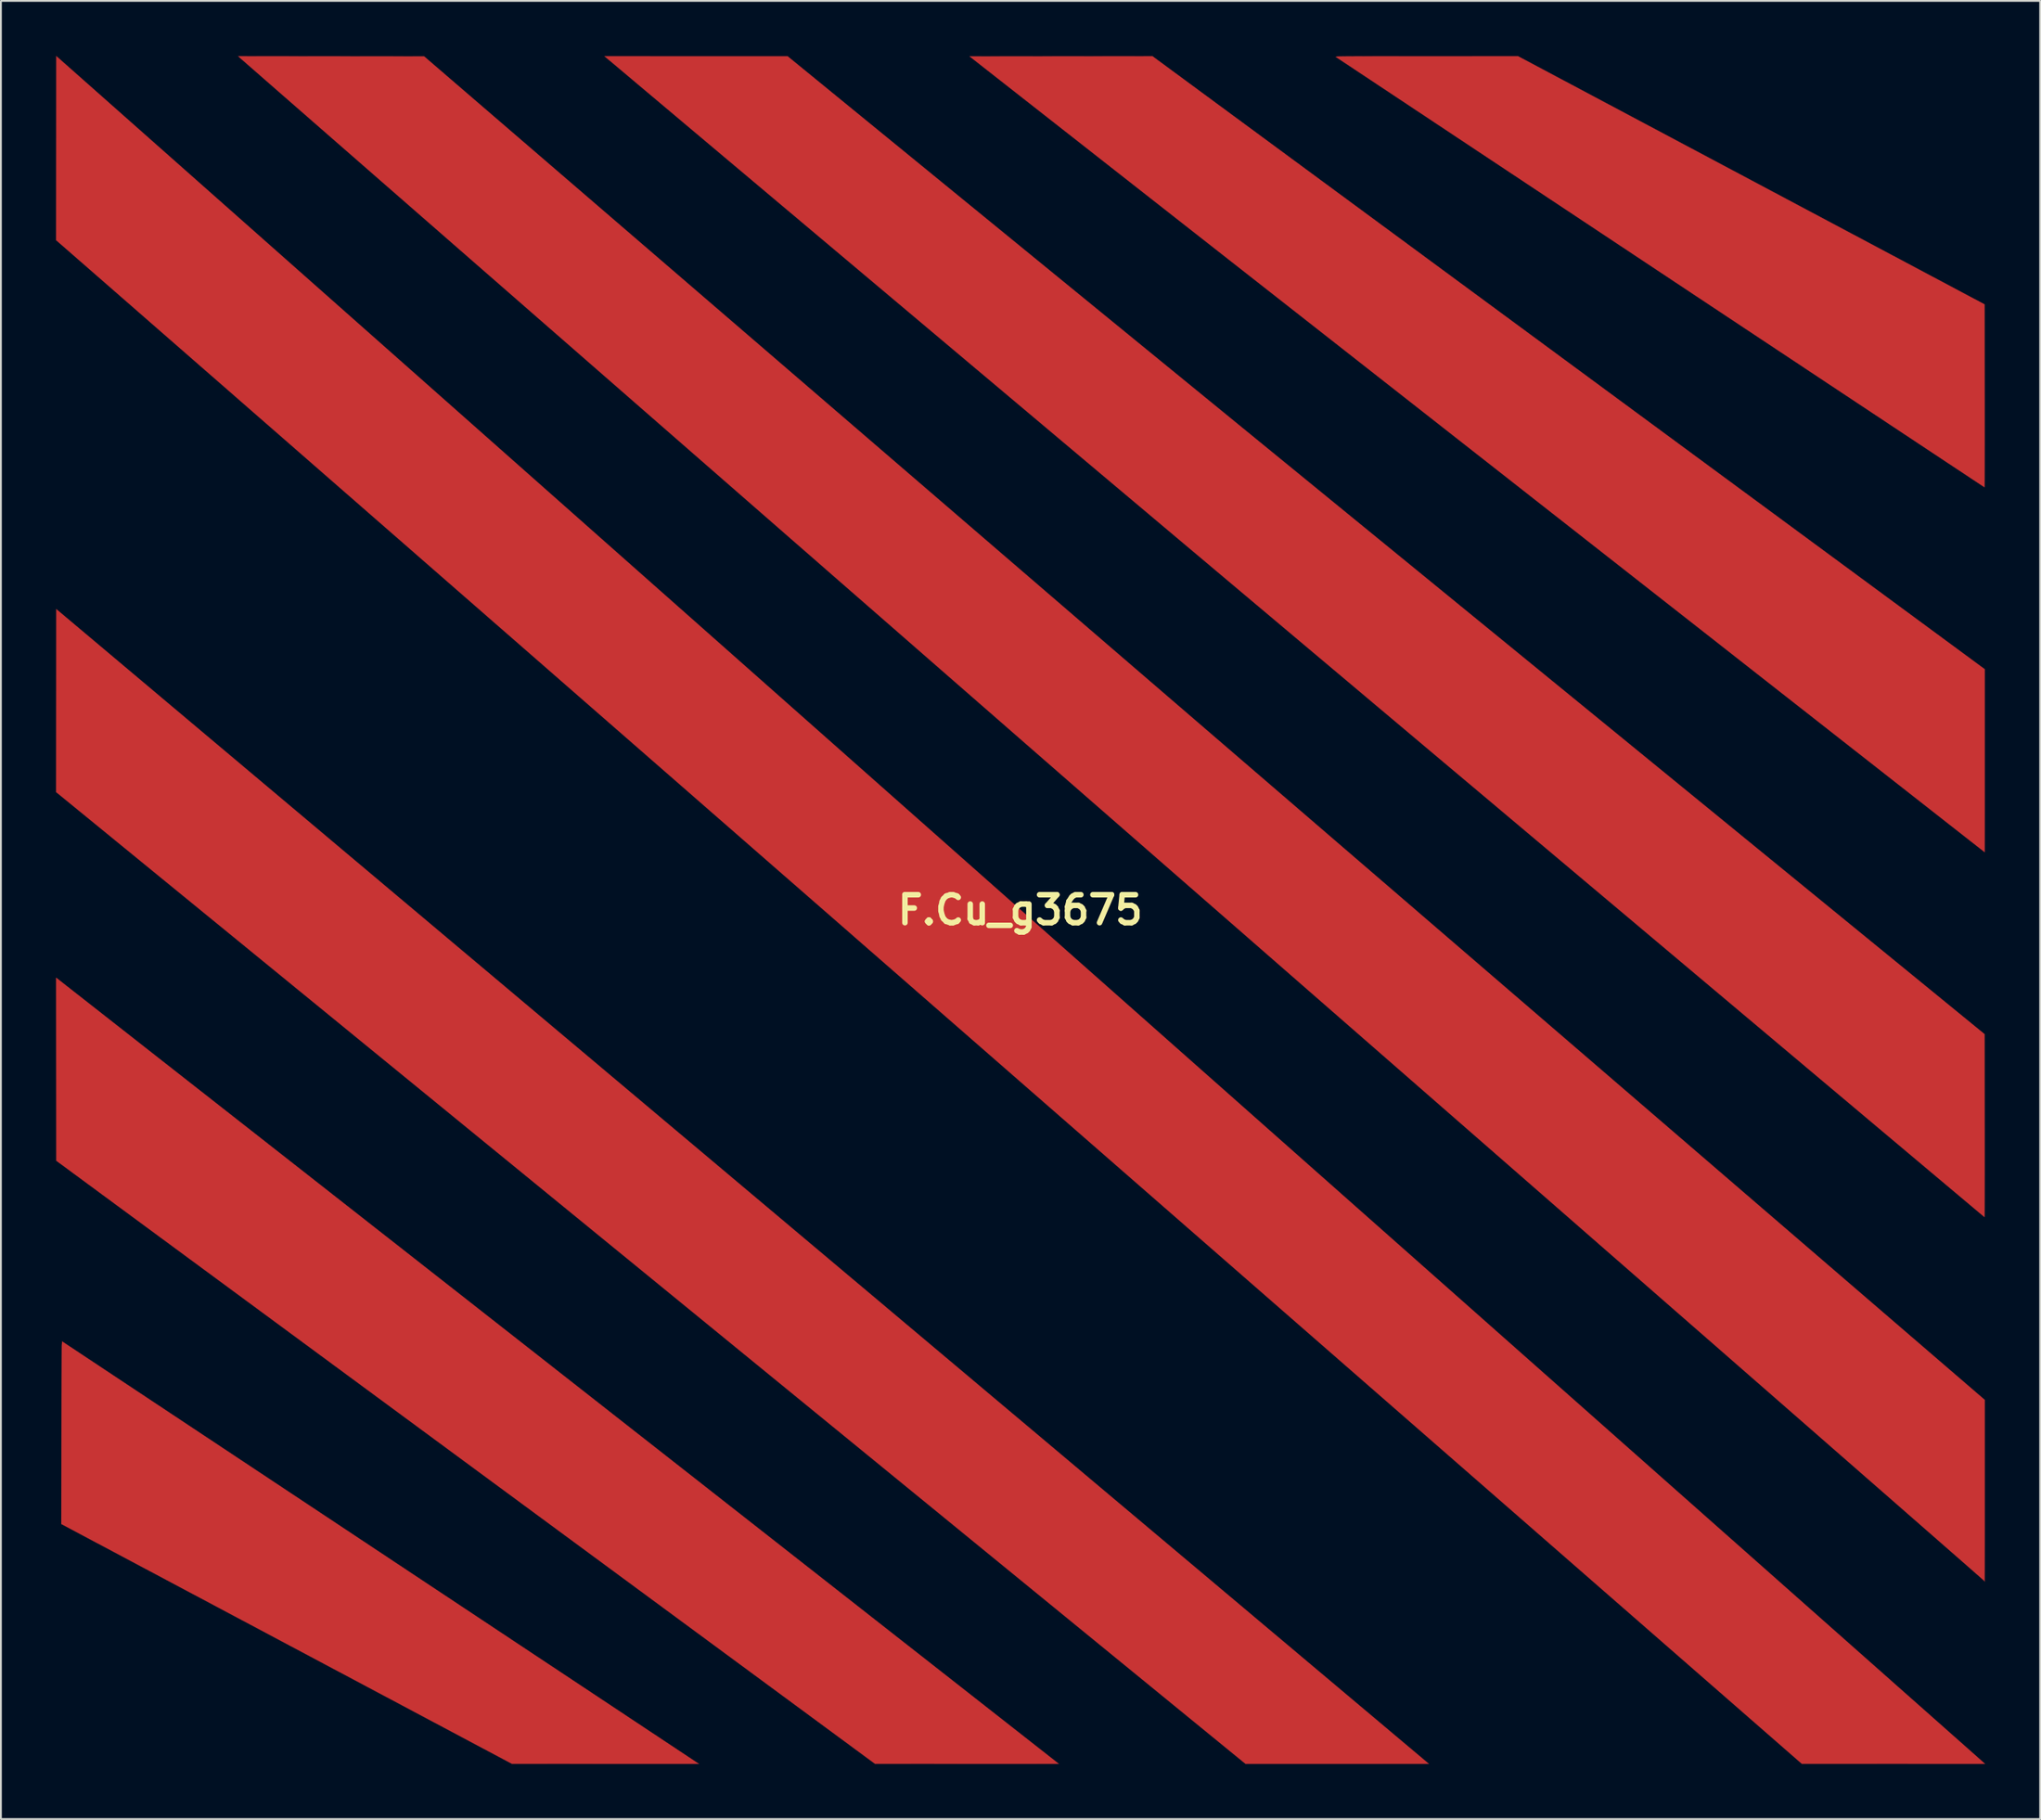
<source format=kicad_pcb>
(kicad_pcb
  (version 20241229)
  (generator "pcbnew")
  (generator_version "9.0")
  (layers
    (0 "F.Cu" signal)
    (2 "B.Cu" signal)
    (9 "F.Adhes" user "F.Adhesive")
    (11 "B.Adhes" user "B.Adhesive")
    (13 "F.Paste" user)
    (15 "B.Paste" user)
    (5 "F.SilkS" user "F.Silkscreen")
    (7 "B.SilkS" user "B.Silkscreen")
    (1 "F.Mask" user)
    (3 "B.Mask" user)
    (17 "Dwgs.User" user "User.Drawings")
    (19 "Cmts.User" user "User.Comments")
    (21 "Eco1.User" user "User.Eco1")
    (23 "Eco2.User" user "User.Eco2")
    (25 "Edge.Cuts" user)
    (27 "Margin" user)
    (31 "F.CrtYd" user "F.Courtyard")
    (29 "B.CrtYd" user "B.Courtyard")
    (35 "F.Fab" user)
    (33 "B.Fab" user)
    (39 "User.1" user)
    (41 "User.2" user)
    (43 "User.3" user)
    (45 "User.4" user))
  (footprint "F.Cu_g3675"
    (layer "F.Cu")
    (at 52.498 46.515)
    (property "Reference" "F.Cu_g3675" (at 0 0 0) (layer "F.SilkS") (effects (font (size 1.524 1.524) (thickness 0.3))))
    (attr through_hole)
    (fp_poly (pts (xy -34.904 34.951) (xy -34.124 35.469) (xy -33.352 35.981) (xy -32.59 36.487) (xy -31.838 36.986) (xy -31.096 37.478) (xy -30.366 37.963) (xy -29.648 38.439) (xy -28.944 38.907) (xy -28.252 39.366) (xy -27.576 39.815) (xy -26.915 40.254) (xy -26.27 40.682) (xy -25.641 41.099) (xy -25.03 41.504) (xy -24.438 41.897) (xy -23.864 42.278) (xy -23.311 42.645) (xy -22.778 42.999) (xy -22.266 43.338) (xy -21.777 43.663) (xy -21.31 43.973) (xy -20.867 44.267) (xy -20.448 44.545) (xy -20.055 44.806) (xy -19.687 45.05) (xy -19.346 45.276) (xy -19.033 45.484) (xy -18.748 45.673) (xy -18.491 45.843) (xy -18.265 45.993) (xy -18.069 46.124) (xy -17.904 46.233) (xy -17.771 46.321) (xy -17.67 46.388) (xy -17.604 46.432) (xy -17.571 46.453) (xy -17.568 46.455) (xy -17.494 46.502) (xy -22.585 46.501) (xy -27.675 46.499) (xy -39.943 39.969) (xy -52.211 33.439) (xy -52.202 28.684) (xy -52.201 28.235) (xy -52.2 27.796) (xy -52.199 27.368) (xy -52.198 26.954) (xy -52.197 26.556) (xy -52.195 26.175) (xy -52.194 25.814) (xy -52.193 25.474) (xy -52.191 25.158) (xy -52.19 24.868) (xy -52.188 24.605) (xy -52.187 24.372) (xy -52.185 24.17) (xy -52.184 24.002) (xy -52.182 23.87) (xy -52.181 23.776) (xy -52.18 23.721) (xy -52.179 23.712) (xy -52.165 23.495) (xy -34.904 34.951)) (stroke (width 0.01) (type solid)) (fill yes) (layer "F.Cu"))
    (fp_poly (pts (xy 29.857 -29.81) (xy 52.514 -13.117) (xy 52.514 -8.136) (xy 52.514 -7.68) (xy 52.514 -7.235) (xy 52.514 -6.803) (xy 52.514 -6.386) (xy 52.514 -5.986) (xy 52.514 -5.605) (xy 52.514 -5.244) (xy 52.513 -4.905) (xy 52.513 -4.591) (xy 52.513 -4.302) (xy 52.512 -4.042) (xy 52.512 -3.811) (xy 52.511 -3.612) (xy 52.511 -3.446) (xy 52.511 -3.316) (xy 52.51 -3.223) (xy 52.51 -3.168) (xy 52.509 -3.154) (xy 52.492 -3.167) (xy 52.443 -3.206) (xy 52.361 -3.27) (xy 52.248 -3.358) (xy 52.103 -3.472) (xy 51.928 -3.609) (xy 51.723 -3.769) (xy 51.489 -3.953) (xy 51.225 -4.16) (xy 50.933 -4.389) (xy 50.613 -4.639) (xy 50.266 -4.911) (xy 49.893 -5.204) (xy 49.493 -5.518) (xy 49.067 -5.852) (xy 48.616 -6.205) (xy 48.141 -6.578) (xy 47.642 -6.969) (xy 47.119 -7.379) (xy 46.574 -7.807) (xy 46.006 -8.252) (xy 45.416 -8.714) (xy 44.805 -9.193) (xy 44.173 -9.689) (xy 43.521 -10.2) (xy 42.85 -10.727) (xy 42.159 -11.268) (xy 41.45 -11.824) (xy 40.723 -12.394) (xy 39.978 -12.978) (xy 39.217 -13.575) (xy 38.439 -14.185) (xy 37.646 -14.808) (xy 36.837 -15.442) (xy 36.013 -16.088) (xy 35.176 -16.744) (xy 34.325 -17.412) (xy 33.46 -18.09) (xy 32.584 -18.777) (xy 31.695 -19.474) (xy 30.795 -20.18) (xy 29.884 -20.895) (xy 28.962 -21.617) (xy 28.031 -22.347) (xy 27.091 -23.085) (xy 26.142 -23.829) (xy 25.185 -24.58) (xy 24.874 -24.823) (xy -2.755 -46.493) (xy 2.222 -46.498) (xy 7.199 -46.503) (xy 29.857 -29.81)) (stroke (width 0.01) (type solid)) (fill yes) (layer "F.Cu"))
    (fp_poly (pts (xy -52.054 4.028) (xy -52.022 4.054) (xy -51.957 4.105) (xy -51.86 4.181) (xy -51.731 4.282) (xy -51.572 4.407) (xy -51.382 4.556) (xy -51.161 4.729) (xy -50.912 4.924) (xy -50.634 5.142) (xy -50.327 5.383) (xy -49.993 5.645) (xy -49.632 5.928) (xy -49.245 6.232) (xy -48.831 6.556) (xy -48.393 6.9) (xy -47.929 7.264) (xy -47.441 7.647) (xy -46.93 8.048) (xy -46.395 8.467) (xy -45.838 8.904) (xy -45.259 9.358) (xy -44.658 9.829) (xy -44.037 10.316) (xy -43.396 10.819) (xy -42.734 11.338) (xy -42.054 11.871) (xy -41.355 12.419) (xy -40.639 12.981) (xy -39.904 13.557) (xy -39.153 14.146) (xy -38.386 14.748) (xy -37.603 15.362) (xy -36.805 15.988) (xy -35.992 16.625) (xy -35.166 17.274) (xy -34.325 17.932) (xy -33.472 18.601) (xy -32.607 19.28) (xy -31.73 19.968) (xy -30.842 20.664) (xy -29.943 21.369) (xy -29.035 22.082) (xy -28.116 22.802) (xy -27.189 23.529) (xy -26.254 24.262) (xy -25.311 25.002) (xy -24.818 25.389) (xy -23.873 26.13) (xy -22.935 26.865) (xy -22.007 27.594) (xy -21.087 28.315) (xy -20.176 29.029) (xy -19.276 29.735) (xy -18.387 30.432) (xy -17.508 31.121) (xy -16.642 31.801) (xy -15.788 32.471) (xy -14.947 33.13) (xy -14.119 33.78) (xy -13.305 34.418) (xy -12.506 35.045) (xy -11.722 35.66) (xy -10.954 36.262) (xy -10.202 36.852) (xy -9.466 37.429) (xy -8.748 37.992) (xy -8.048 38.541) (xy -7.367 39.075) (xy -6.705 39.595) (xy -6.062 40.099) (xy -5.439 40.587) (xy -4.837 41.059) (xy -4.256 41.515) (xy -3.697 41.953) (xy -3.161 42.374) (xy -2.647 42.777) (xy -2.157 43.161) (xy -1.691 43.527) (xy -1.25 43.873) (xy -0.834 44.199) (xy -0.443 44.506) (xy -0.079 44.791) (xy 0.258 45.056) (xy 0.568 45.299) (xy 0.85 45.52) (xy 1.103 45.719) (xy 1.328 45.895) (xy 1.522 46.048) (xy 1.687 46.177) (xy 1.821 46.282) (xy 1.923 46.363) (xy 1.994 46.418) (xy 2.032 46.448) (xy 2.039 46.454) (xy 2.099 46.503) (xy -7.906 46.499) (xy -52.483 13.652) (xy -52.488 8.668) (xy -52.493 3.684) (xy -52.054 4.028)) (stroke (width 0.01) (type solid)) (fill yes) (layer "F.Cu"))
    (fp_poly (pts (xy 39.804 -39.745) (xy 52.504 -32.988) (xy 52.509 -28.009) (xy 52.51 -27.553) (xy 52.51 -27.108) (xy 52.51 -26.676) (xy 52.51 -26.26) (xy 52.51 -25.86) (xy 52.51 -25.478) (xy 52.509 -25.118) (xy 52.509 -24.779) (xy 52.508 -24.465) (xy 52.508 -24.177) (xy 52.507 -23.917) (xy 52.506 -23.686) (xy 52.505 -23.487) (xy 52.504 -23.322) (xy 52.503 -23.192) (xy 52.501 -23.098) (xy 52.5 -23.044) (xy 52.499 -23.03) (xy 52.48 -23.042) (xy 52.428 -23.077) (xy 52.341 -23.134) (xy 52.222 -23.212) (xy 52.07 -23.313) (xy 51.886 -23.434) (xy 51.672 -23.576) (xy 51.428 -23.738) (xy 51.155 -23.919) (xy 50.853 -24.119) (xy 50.523 -24.337) (xy 50.166 -24.574) (xy 49.783 -24.828) (xy 49.374 -25.099) (xy 48.941 -25.386) (xy 48.483 -25.69) (xy 48.003 -26.008) (xy 47.499 -26.342) (xy 46.974 -26.691) (xy 46.428 -27.053) (xy 45.861 -27.429) (xy 45.275 -27.818) (xy 44.67 -28.219) (xy 44.047 -28.632) (xy 43.407 -29.057) (xy 42.75 -29.493) (xy 42.077 -29.94) (xy 41.389 -30.396) (xy 40.687 -30.862) (xy 39.971 -31.337) (xy 39.243 -31.82) (xy 38.502 -32.312) (xy 37.75 -32.811) (xy 36.987 -33.317) (xy 36.215 -33.83) (xy 35.433 -34.349) (xy 34.859 -34.73) (xy 34.071 -35.253) (xy 33.292 -35.771) (xy 32.521 -36.282) (xy 31.761 -36.787) (xy 31.012 -37.284) (xy 30.274 -37.774) (xy 29.548 -38.256) (xy 28.835 -38.729) (xy 28.136 -39.193) (xy 27.452 -39.648) (xy 26.782 -40.092) (xy 26.129 -40.526) (xy 25.493 -40.948) (xy 24.873 -41.359) (xy 24.273 -41.758) (xy 23.691 -42.144) (xy 23.129 -42.518) (xy 22.587 -42.877) (xy 22.067 -43.223) (xy 21.568 -43.554) (xy 21.093 -43.87) (xy 20.64 -44.17) (xy 20.212 -44.454) (xy 19.809 -44.722) (xy 19.432 -44.972) (xy 19.081 -45.205) (xy 18.758 -45.42) (xy 18.462 -45.616) (xy 18.196 -45.793) (xy 17.958 -45.951) (xy 17.751 -46.088) (xy 17.575 -46.205) (xy 17.431 -46.301) (xy 17.319 -46.376) (xy 17.24 -46.428) (xy 17.196 -46.458) (xy 17.185 -46.465) (xy 17.181 -46.469) (xy 17.182 -46.473) (xy 17.189 -46.476) (xy 17.204 -46.479) (xy 17.229 -46.482) (xy 17.265 -46.484) (xy 17.313 -46.487) (xy 17.376 -46.489) (xy 17.454 -46.491) (xy 17.549 -46.492) (xy 17.664 -46.494) (xy 17.799 -46.495) (xy 17.956 -46.496) (xy 18.136 -46.497) (xy 18.341 -46.498) (xy 18.574 -46.499) (xy 18.834 -46.5) (xy 19.124 -46.5) (xy 19.446 -46.501) (xy 19.801 -46.501) (xy 20.19 -46.501) (xy 20.615 -46.502) (xy 21.078 -46.502) (xy 21.58 -46.502) (xy 22.119 -46.502) (xy 27.104 -46.503) (xy 39.804 -39.745)) (stroke (width 0.01) (type solid)) (fill yes) (layer "F.Cu"))
    (fp_poly (pts (xy -17.653 -46.502) (xy -12.668 -46.502) (xy 19.918 -19.872) (xy 52.504 6.759) (xy 52.509 11.74) (xy 52.51 12.196) (xy 52.51 12.641) (xy 52.51 13.073) (xy 52.51 13.49) (xy 52.51 13.89) (xy 52.51 14.271) (xy 52.509 14.632) (xy 52.509 14.97) (xy 52.508 15.284) (xy 52.508 15.573) (xy 52.507 15.833) (xy 52.506 16.064) (xy 52.505 16.263) (xy 52.504 16.428) (xy 52.503 16.559) (xy 52.501 16.652) (xy 52.5 16.706) (xy 52.499 16.72) (xy 52.482 16.707) (xy 52.434 16.666) (xy 52.354 16.599) (xy 52.243 16.506) (xy 52.101 16.387) (xy 51.929 16.243) (xy 51.728 16.074) (xy 51.497 15.88) (xy 51.238 15.662) (xy 50.95 15.42) (xy 50.634 15.155) (xy 50.291 14.866) (xy 49.921 14.555) (xy 49.524 14.221) (xy 49.102 13.866) (xy 48.653 13.489) (xy 48.18 13.091) (xy 47.682 12.672) (xy 47.159 12.232) (xy 46.613 11.773) (xy 46.043 11.294) (xy 45.451 10.795) (xy 44.836 10.278) (xy 44.199 9.742) (xy 43.54 9.188) (xy 42.86 8.616) (xy 42.16 8.026) (xy 41.439 7.42) (xy 40.699 6.797) (xy 39.939 6.158) (xy 39.16 5.503) (xy 38.363 4.832) (xy 37.548 4.147) (xy 36.716 3.446) (xy 35.866 2.731) (xy 35 2.002) (xy 34.118 1.26) (xy 33.22 0.504) (xy 32.307 -0.264) (xy 31.379 -1.045) (xy 30.436 -1.838) (xy 29.48 -2.643) (xy 28.51 -3.459) (xy 27.527 -4.286) (xy 26.532 -5.124) (xy 25.525 -5.972) (xy 24.506 -6.829) (xy 23.475 -7.696) (xy 22.434 -8.572) (xy 21.383 -9.457) (xy 20.322 -10.35) (xy 19.251 -11.251) (xy 18.172 -12.16) (xy 17.084 -13.076) (xy 15.988 -13.998) (xy 14.986 -14.841) (xy 13.883 -15.77) (xy 12.787 -16.692) (xy 11.7 -17.607) (xy 10.621 -18.515) (xy 9.551 -19.416) (xy 8.49 -20.308) (xy 7.439 -21.193) (xy 6.399 -22.069) (xy 5.369 -22.935) (xy 4.35 -23.793) (xy 3.344 -24.64) (xy 2.349 -25.477) (xy 1.367 -26.304) (xy 0.397 -27.12) (xy -0.558 -27.924) (xy -1.5 -28.717) (xy -2.428 -29.497) (xy -3.34 -30.265) (xy -4.237 -31.02) (xy -5.119 -31.762) (xy -5.984 -32.491) (xy -6.833 -33.205) (xy -7.665 -33.905) (xy -8.479 -34.59) (xy -9.275 -35.26) (xy -10.053 -35.915) (xy -10.812 -36.554) (xy -11.552 -37.176) (xy -12.271 -37.782) (xy -12.971 -38.37) (xy -13.65 -38.942) (xy -14.307 -39.495) (xy -14.943 -40.031) (xy -15.557 -40.547) (xy -16.149 -41.045) (xy -16.718 -41.524) (xy -17.263 -41.982) (xy -17.784 -42.421) (xy -18.281 -42.839) (xy -18.753 -43.237) (xy -19.2 -43.613) (xy -19.622 -43.968) (xy -20.017 -44.3) (xy -20.386 -44.611) (xy -20.728 -44.898) (xy -21.042 -45.163) (xy -21.328 -45.404) (xy -21.586 -45.621) (xy -21.815 -45.813) (xy -22.015 -45.982) (xy -22.185 -46.125) (xy -22.325 -46.242) (xy -22.435 -46.334) (xy -22.513 -46.4) (xy -22.56 -46.439) (xy -22.574 -46.452) (xy -22.638 -46.503) (xy -17.653 -46.502)) (stroke (width 0.01) (type solid)) (fill yes) (layer "F.Cu"))
    (fp_poly (pts (xy -0.138 -0.149) (xy 1.153 0.994) (xy 2.436 2.13) (xy 3.711 3.26) (xy 4.978 4.382) (xy 6.237 5.497) (xy 7.487 6.604) (xy 8.727 7.703) (xy 9.958 8.793) (xy 11.18 9.875) (xy 12.391 10.948) (xy 13.591 12.011) (xy 14.78 13.064) (xy 15.958 14.108) (xy 17.124 15.14) (xy 18.278 16.163) (xy 19.42 17.174) (xy 20.548 18.173) (xy 21.664 19.161) (xy 22.766 20.137) (xy 23.853 21.1) (xy 24.927 22.051) (xy 25.985 22.989) (xy 27.029 23.913) (xy 28.057 24.824) (xy 29.069 25.72) (xy 30.065 26.602) (xy 31.045 27.47) (xy 32.007 28.322) (xy 32.952 29.16) (xy 33.88 29.981) (xy 34.789 30.787) (xy 35.68 31.576) (xy 36.552 32.348) (xy 37.405 33.104) (xy 38.238 33.842) (xy 39.052 34.562) (xy 39.845 35.265) (xy 40.618 35.949) (xy 41.369 36.615) (xy 42.099 37.262) (xy 42.807 37.889) (xy 43.494 38.497) (xy 44.157 39.085) (xy 44.798 39.652) (xy 45.415 40.199) (xy 46.009 40.725) (xy 46.579 41.23) (xy 47.125 41.713) (xy 47.645 42.175) (xy 48.141 42.614) (xy 48.611 43.03) (xy 49.056 43.424) (xy 49.474 43.794) (xy 49.865 44.141) (xy 50.23 44.464) (xy 50.567 44.763) (xy 50.876 45.037) (xy 51.158 45.286) (xy 51.411 45.51) (xy 51.635 45.709) (xy 51.83 45.882) (xy 51.996 46.028) (xy 52.131 46.149) (xy 52.236 46.242) (xy 52.311 46.308) (xy 52.354 46.347) (xy 52.366 46.357) (xy 52.525 46.502) (xy 47.54 46.5) (xy 42.556 46.499) (xy -4.911 5.056) (xy -6.143 3.98) (xy -7.367 2.911) (xy -8.584 1.849) (xy -9.792 0.793) (xy -10.992 -0.254) (xy -12.183 -1.294) (xy -13.365 -2.325) (xy -14.536 -3.348) (xy -15.698 -4.363) (xy -16.849 -5.367) (xy -17.989 -6.363) (xy -19.117 -7.348) (xy -20.234 -8.323) (xy -21.339 -9.288) (xy -22.431 -10.241) (xy -23.51 -11.183) (xy -24.576 -12.114) (xy -25.628 -13.033) (xy -26.666 -13.939) (xy -27.69 -14.833) (xy -28.699 -15.713) (xy -29.692 -16.581) (xy -30.67 -17.434) (xy -31.632 -18.274) (xy -32.577 -19.099) (xy -33.505 -19.91) (xy -34.416 -20.705) (xy -35.31 -21.485) (xy -36.185 -22.25) (xy -37.043 -22.998) (xy -37.881 -23.73) (xy -38.7 -24.445) (xy -39.499 -25.143) (xy -40.279 -25.824) (xy -41.038 -26.486) (xy -41.777 -27.131) (xy -42.494 -27.757) (xy -43.189 -28.365) (xy -43.863 -28.953) (xy -44.515 -29.521) (xy -45.143 -30.07) (xy -45.749 -30.599) (xy -46.331 -31.107) (xy -46.889 -31.594) (xy -47.423 -32.06) (xy -47.932 -32.505) (xy -48.416 -32.928) (xy -48.875 -33.328) (xy -49.308 -33.706) (xy -49.714 -34.061) (xy -50.094 -34.392) (xy -50.447 -34.7) (xy -50.772 -34.984) (xy -51.07 -35.244) (xy -51.34 -35.479) (xy -51.58 -35.689) (xy -51.792 -35.874) (xy -51.975 -36.033) (xy -52.127 -36.166) (xy -52.25 -36.273) (xy -52.342 -36.353) (xy -52.403 -36.407) (xy -52.432 -36.432) (xy -52.435 -36.435) (xy -52.493 -36.482) (xy -52.488 -41.496) (xy -52.483 -46.51) (xy -0.138 -0.149)) (stroke (width 0.01) (type solid)) (fill yes) (layer "F.Cu"))
    (fp_poly (pts (xy -37.515 -46.498) (xy -32.455 -46.493) (xy 10.03 -9.907) (xy 52.514 26.679) (xy 52.514 31.627) (xy 52.514 32.082) (xy 52.514 32.525) (xy 52.514 32.956) (xy 52.514 33.371) (xy 52.514 33.769) (xy 52.513 34.149) (xy 52.513 34.508) (xy 52.512 34.845) (xy 52.512 35.158) (xy 52.511 35.444) (xy 52.511 35.703) (xy 52.51 35.932) (xy 52.509 36.129) (xy 52.508 36.292) (xy 52.508 36.421) (xy 52.507 36.512) (xy 52.506 36.564) (xy 52.505 36.576) (xy 52.495 36.558) (xy 52.49 36.536) (xy 52.473 36.521) (xy 52.426 36.479) (xy 52.347 36.409) (xy 52.238 36.313) (xy 52.098 36.19) (xy 51.928 36.04) (xy 51.728 35.865) (xy 51.5 35.665) (xy 51.242 35.439) (xy 50.956 35.188) (xy 50.641 34.913) (xy 50.299 34.614) (xy 49.93 34.29) (xy 49.534 33.944) (xy 49.111 33.574) (xy 48.661 33.181) (xy 48.186 32.765) (xy 47.685 32.327) (xy 47.16 31.867) (xy 46.609 31.386) (xy 46.034 30.884) (xy 45.436 30.36) (xy 44.813 29.816) (xy 44.167 29.252) (xy 43.499 28.667) (xy 42.808 28.063) (xy 42.095 27.44) (xy 41.36 26.798) (xy 40.604 26.137) (xy 39.826 25.458) (xy 39.029 24.761) (xy 38.211 24.046) (xy 37.373 23.314) (xy 36.516 22.566) (xy 35.639 21.8) (xy 34.744 21.018) (xy 33.831 20.22) (xy 32.899 19.406) (xy 31.95 18.578) (xy 30.984 17.734) (xy 30.001 16.875) (xy 29.002 16.002) (xy 27.986 15.115) (xy 26.955 14.214) (xy 25.908 13.3) (xy 24.847 12.373) (xy 23.771 11.434) (xy 22.68 10.481) (xy 21.576 9.517) (xy 20.459 8.541) (xy 19.328 7.554) (xy 18.185 6.556) (xy 17.029 5.547) (xy 15.861 4.527) (xy 14.682 3.498) (xy 13.492 2.459) (xy 12.291 1.41) (xy 11.079 0.352) (xy 9.858 -0.714) (xy 8.627 -1.789) (xy 7.386 -2.872) (xy 6.137 -3.963) (xy 5.027 -4.932) (xy 3.795 -6.007) (xy 2.571 -7.076) (xy 1.354 -8.138) (xy 0.145 -9.193) (xy -1.054 -10.241) (xy -2.245 -11.28) (xy -3.427 -12.312) (xy -4.599 -13.335) (xy -5.76 -14.349) (xy -6.911 -15.354) (xy -8.051 -16.349) (xy -9.18 -17.334) (xy -10.297 -18.309) (xy -11.401 -19.274) (xy -12.494 -20.227) (xy -13.573 -21.17) (xy -14.639 -22.1) (xy -15.691 -23.019) (xy -16.729 -23.925) (xy -17.753 -24.819) (xy -18.762 -25.7) (xy -19.755 -26.567) (xy -20.733 -27.421) (xy -21.695 -28.261) (xy -22.64 -29.086) (xy -23.569 -29.897) (xy -24.48 -30.693) (xy -25.374 -31.473) (xy -26.25 -32.237) (xy -27.107 -32.986) (xy -27.945 -33.718) (xy -28.764 -34.433) (xy -29.564 -35.131) (xy -30.344 -35.812) (xy -31.103 -36.475) (xy -31.841 -37.12) (xy -32.559 -37.746) (xy -33.255 -38.354) (xy -33.928 -38.942) (xy -34.58 -39.511) (xy -35.209 -40.06) (xy -35.815 -40.589) (xy -36.397 -41.098) (xy -36.955 -41.585) (xy -37.489 -42.051) (xy -37.998 -42.496) (xy -38.483 -42.919) (xy -38.941 -43.32) (xy -39.374 -43.698) (xy -39.781 -44.053) (xy -40.161 -44.385) (xy -40.514 -44.693) (xy -40.839 -44.978) (xy -41.137 -45.238) (xy -41.406 -45.473) (xy -41.647 -45.684) (xy -41.859 -45.869) (xy -42.042 -46.028) (xy -42.194 -46.162) (xy -42.317 -46.269) (xy -42.409 -46.349) (xy -42.47 -46.403) (xy -42.499 -46.429) (xy -42.502 -46.431) (xy -42.576 -46.503) (xy -37.515 -46.498)) (stroke (width 0.01) (type solid)) (fill yes) (layer "F.Cu"))
    (fp_poly (pts (xy -46.524 -11.374) (xy -46.312 -11.195) (xy -46.067 -10.989) (xy -45.792 -10.758) (xy -45.486 -10.5) (xy -45.15 -10.217) (xy -44.785 -9.91) (xy -44.391 -9.578) (xy -43.969 -9.223) (xy -43.52 -8.845) (xy -43.044 -8.445) (xy -42.541 -8.022) (xy -42.014 -7.578) (xy -41.461 -7.113) (xy -40.885 -6.628) (xy -40.284 -6.123) (xy -39.661 -5.598) (xy -39.015 -5.055) (xy -38.347 -4.493) (xy -37.659 -3.913) (xy -36.95 -3.316) (xy -36.221 -2.703) (xy -35.472 -2.073) (xy -34.705 -1.428) (xy -33.921 -0.767) (xy -33.118 -0.092) (xy -32.299 0.597) (xy -31.464 1.3) (xy -30.614 2.016) (xy -29.748 2.744) (xy -28.868 3.484) (xy -27.975 4.236) (xy -27.069 4.999) (xy -26.15 5.772) (xy -25.22 6.555) (xy -24.278 7.347) (xy -23.326 8.148) (xy -22.364 8.958) (xy -21.393 9.775) (xy -20.414 10.599) (xy -19.426 11.431) (xy -18.431 12.268) (xy -17.429 13.111) (xy -16.421 13.959) (xy -15.408 14.812) (xy -14.39 15.669) (xy -13.367 16.529) (xy -12.341 17.393) (xy -11.312 18.259) (xy -10.281 19.126) (xy -9.248 19.996) (xy -9.229 20.012) (xy -8.22 20.86) (xy -7.22 21.702) (xy -6.227 22.538) (xy -5.243 23.366) (xy -4.268 24.186) (xy -3.303 24.998) (xy -2.348 25.802) (xy -1.404 26.597) (xy -0.47 27.383) (xy 0.452 28.158) (xy 1.362 28.924) (xy 2.259 29.679) (xy 3.143 30.423) (xy 4.013 31.156) (xy 4.87 31.877) (xy 5.712 32.585) (xy 6.539 33.281) (xy 7.35 33.964) (xy 8.146 34.633) (xy 8.925 35.289) (xy 9.687 35.93) (xy 10.431 36.556) (xy 11.157 37.168) (xy 11.865 37.763) (xy 12.554 38.343) (xy 13.223 38.907) (xy 13.873 39.453) (xy 14.502 39.982) (xy 15.11 40.494) (xy 15.696 40.988) (xy 16.261 41.463) (xy 16.803 41.919) (xy 17.322 42.356) (xy 17.817 42.773) (xy 18.289 43.17) (xy 18.736 43.546) (xy 19.159 43.902) (xy 19.556 44.236) (xy 19.927 44.548) (xy 20.271 44.838) (xy 20.589 45.106) (xy 20.879 45.35) (xy 21.142 45.571) (xy 21.376 45.768) (xy 21.581 45.94) (xy 21.757 46.088) (xy 21.903 46.211) (xy 22.018 46.309) (xy 22.103 46.38) (xy 22.156 46.425) (xy 22.178 46.443) (xy 22.178 46.443) (xy 22.248 46.503) (xy 17.257 46.502) (xy 12.266 46.501) (xy -20.055 20.084) (xy -21.085 19.242) (xy -22.108 18.407) (xy -23.122 17.578) (xy -24.127 16.756) (xy -25.124 15.942) (xy -26.11 15.136) (xy -27.086 14.338) (xy -28.052 13.548) (xy -29.007 12.768) (xy -29.949 11.998) (xy -30.88 11.237) (xy -31.798 10.487) (xy -32.702 9.748) (xy -33.593 9.02) (xy -34.47 8.303) (xy -35.333 7.598) (xy -36.18 6.906) (xy -37.011 6.226) (xy -37.826 5.56) (xy -38.625 4.907) (xy -39.407 4.269) (xy -40.17 3.644) (xy -40.916 3.035) (xy -41.643 2.441) (xy -42.351 1.862) (xy -43.04 1.299) (xy -43.708 0.753) (xy -44.356 0.224) (xy -44.982 -0.288) (xy -45.587 -0.783) (xy -46.17 -1.259) (xy -46.731 -1.717) (xy -47.268 -2.156) (xy -47.782 -2.576) (xy -48.271 -2.976) (xy -48.736 -3.356) (xy -49.177 -3.716) (xy -49.591 -4.055) (xy -49.979 -4.372) (xy -50.341 -4.668) (xy -50.676 -4.942) (xy -50.983 -5.193) (xy -51.263 -5.421) (xy -51.513 -5.626) (xy -51.735 -5.807) (xy -51.927 -5.964) (xy -52.09 -6.097) (xy -52.221 -6.204) (xy -52.322 -6.286) (xy -52.391 -6.343) (xy -52.428 -6.373) (xy -52.435 -6.379) (xy -52.493 -6.425) (xy -52.488 -11.407) (xy -52.483 -16.389) (xy -46.524 -11.374)) (stroke (width 0.01) (type solid)) (fill yes) (layer "F.Cu")))
  (gr_rect
    (start -3 -3)
    (end 108.029 96.023)
    (stroke (width 0.1) (type default))
    (fill no)
    (layer "Edge.Cuts")))
</source>
